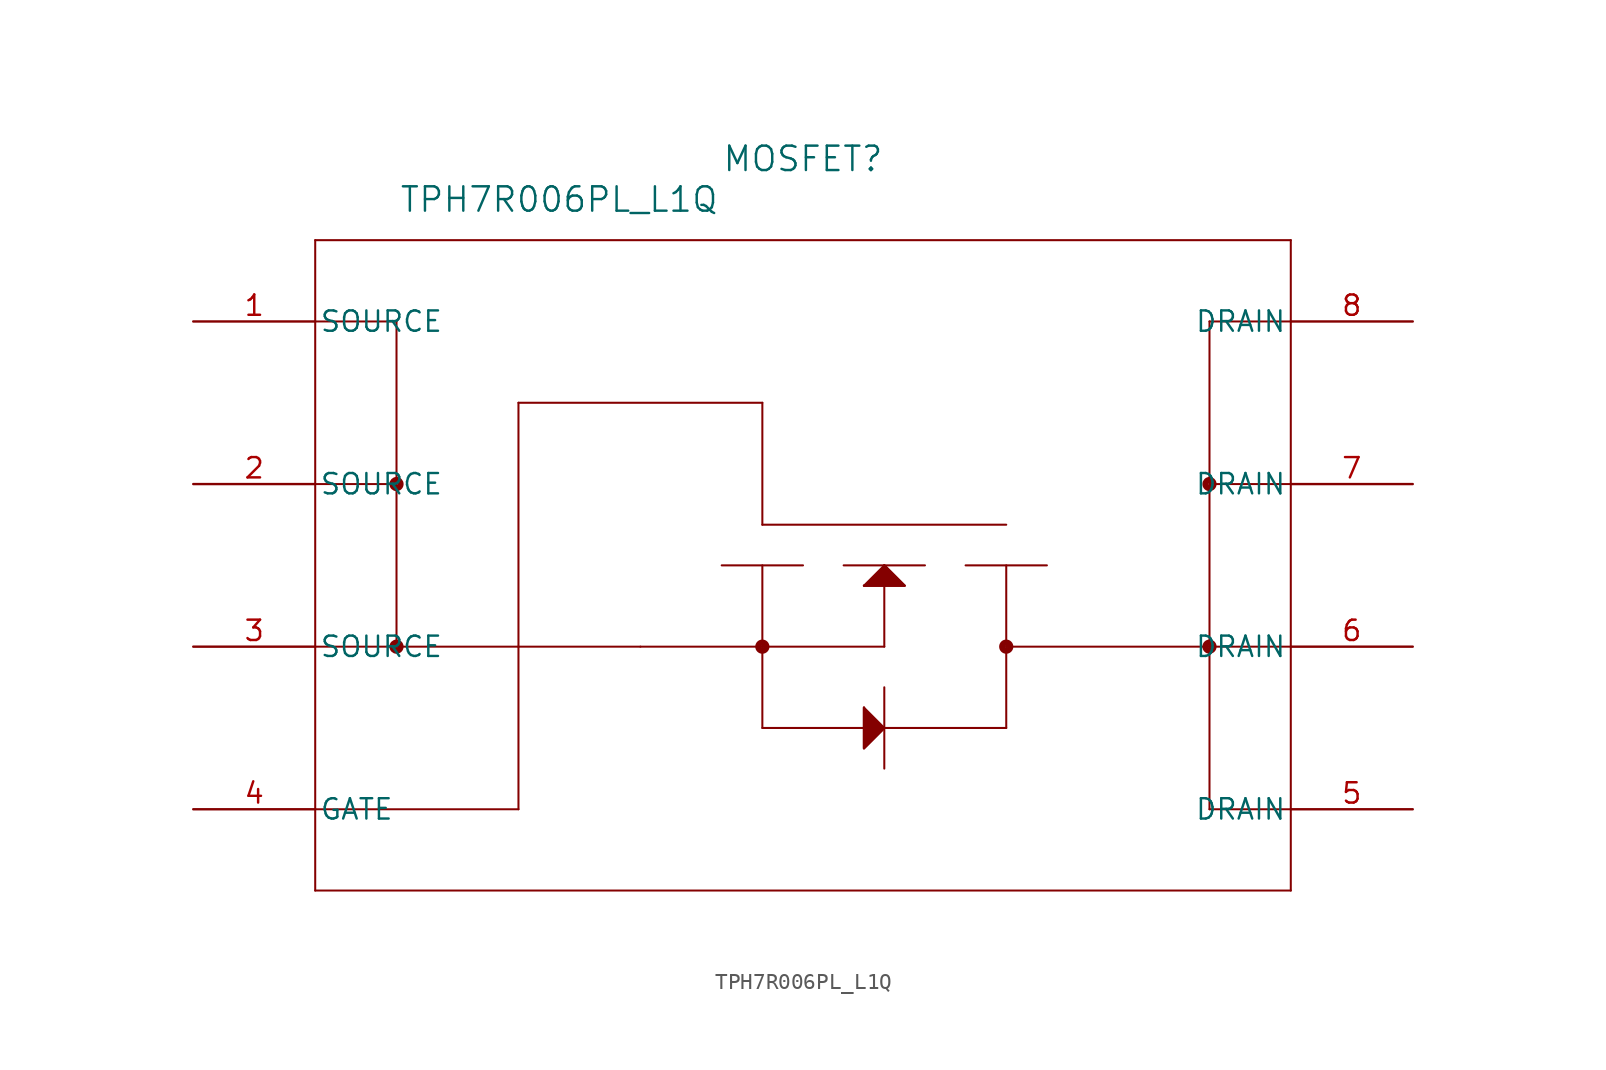
<source format=kicad_sym>
(kicad_symbol_lib
  (version 20211014)
  (generator kicad_symbol_editor)
  (symbol "TPH7R006PL_L1Q"
    (pin_names
      (offset 0.254))
    (property "Reference" "MOSFET"
      (at 38.1 10.16 0)
      (effects (font (size 1.524 1.524))))
    (property "Value" "TPH7R006PL_L1Q"
      (at 22.86 7.62 0)
      (effects (font (size 1.524 1.524))))
    (symbol "TPH7R006PL_L1Q_0_1"
      (polyline (pts (xy 7.62 5.08) (xy 7.62 -35.56)) (stroke (width 0.127) (type default) (color 0 0 0 0)) (fill (type none)))
      (polyline (pts (xy 7.62 -35.56) (xy 68.58 -35.56)) (stroke (width 0.127) (type default) (color 0 0 0 0)) (fill (type none)))
      (polyline (pts (xy 68.58 -35.56) (xy 68.58 5.08)) (stroke (width 0.127) (type default) (color 0 0 0 0)) (fill (type none)))
      (polyline (pts (xy 68.58 5.08) (xy 7.62 5.08)) (stroke (width 0.127) (type default) (color 0 0 0 0)) (fill (type none)))
      (polyline (pts (xy 7.62 0) (xy 12.7 0)) (stroke (width 0.127) (type default) (color 0 0 0 0)) (fill (type none)))
      (polyline (pts (xy 12.7 0) (xy 12.7 -20.32)) (stroke (width 0.127) (type default) (color 0 0 0 0)) (fill (type none)))
      (polyline (pts (xy 12.7 -20.32) (xy 7.62 -20.32)) (stroke (width 0.127) (type default) (color 0 0 0 0)) (fill (type none)))
      (polyline (pts (xy 7.62 -10.16) (xy 12.7 -10.16)) (stroke (width 0.127) (type default) (color 0 0 0 0)) (fill (type none)))
      (polyline (pts (xy 12.7 -20.32) (xy 20.32 -20.32)) (stroke (width 0.127) (type default) (color 0 0 0 0)) (fill (type none)))
      (polyline (pts (xy 20.32 -20.32) (xy 20.32 -30.48)) (stroke (width 0.127) (type default) (color 0 0 0 0)) (fill (type none)))
      (polyline (pts (xy 20.32 -30.48) (xy 7.62 -30.48)) (stroke (width 0.127) (type default) (color 0 0 0 0)) (fill (type none)))
      (polyline (pts (xy 20.32 -20.32) (xy 27.94 -20.32)) (stroke (width 0.127) (type default) (color 0 0 0 0)) (fill (type none)))
      (polyline (pts (xy 20.32 -20.32) (xy 20.32 -5.08)) (stroke (width 0.127) (type default) (color 0 0 0 0)) (fill (type none)))
      (polyline (pts (xy 20.32 -5.08) (xy 35.56 -5.08)) (stroke (width 0.127) (type default) (color 0 0 0 0)) (fill (type none)))
      (polyline (pts (xy 27.94 -20.32) (xy 35.56 -20.32)) (stroke (width 0.127) (type default) (color 0 0 0 0)) (fill (type none)))
      (polyline (pts (xy 35.56 -5.08) (xy 35.56 -12.7)) (stroke (width 0.127) (type default) (color 0 0 0 0)) (fill (type none)))
      (polyline (pts (xy 35.56 -20.32) (xy 35.56 -15.24)) (stroke (width 0.127) (type default) (color 0 0 0 0)) (fill (type none)))
      (polyline (pts (xy 33.02 -15.24) (xy 38.1 -15.24)) (stroke (width 0.127) (type default) (color 0 0 0 0)) (fill (type none)))
      (polyline (pts (xy 35.56 -20.32) (xy 43.18 -20.32)) (stroke (width 0.127) (type default) (color 0 0 0 0)) (fill (type none)))
      (polyline (pts (xy 43.18 -15.24) (xy 43.18 -20.32)) (stroke (width 0.127) (type default) (color 0 0 0 0)) (fill (type none)))
      (polyline (pts (xy 40.64 -15.24) (xy 45.72 -15.24)) (stroke (width 0.127) (type default) (color 0 0 0 0)) (fill (type none)))
      (polyline (pts (xy 35.56 -20.32) (xy 35.56 -25.4)) (stroke (width 0.127) (type default) (color 0 0 0 0)) (fill (type none)))
      (polyline (pts (xy 35.56 -25.4) (xy 43.18 -25.4)) (stroke (width 0.127) (type default) (color 0 0 0 0)) (fill (type none)))
      (polyline (pts (xy 43.18 -25.4) (xy 41.91 -24.13)) (stroke (width 0.127) (type default) (color 0 0 0 0)) (fill (type none)))
      (polyline (pts (xy 43.18 -25.4) (xy 41.91 -26.67)) (stroke (width 0.127) (type default) (color 0 0 0 0)) (fill (type none)))
      (polyline (pts (xy 43.18 -22.86) (xy 43.18 -27.94)) (stroke (width 0.127) (type default) (color 0 0 0 0)) (fill (type none)))
      (polyline (pts (xy 35.56 -12.7) (xy 50.8 -12.7)) (stroke (width 0.127) (type default) (color 0 0 0 0)) (fill (type none)))
      (polyline (pts (xy 50.8 -15.24) (xy 50.8 -20.32)) (stroke (width 0.127) (type default) (color 0 0 0 0)) (fill (type none)))
      (polyline (pts (xy 48.26 -15.24) (xy 53.34 -15.24)) (stroke (width 0.127) (type default) (color 0 0 0 0)) (fill (type none)))
      (polyline (pts (xy 43.18 -25.4) (xy 50.8 -25.4)) (stroke (width 0.127) (type default) (color 0 0 0 0)) (fill (type none)))
      (polyline (pts (xy 50.8 -25.4) (xy 50.8 -20.32)) (stroke (width 0.127) (type default) (color 0 0 0 0)) (fill (type none)))
      (polyline (pts (xy 50.8 -20.32) (xy 68.58 -20.32)) (stroke (width 0.127) (type default) (color 0 0 0 0)) (fill (type none)))
      (polyline (pts (xy 68.58 0) (xy 63.5 0)) (stroke (width 0.127) (type default) (color 0 0 0 0)) (fill (type none)))
      (polyline (pts (xy 63.5 0) (xy 63.5 -30.48)) (stroke (width 0.127) (type default) (color 0 0 0 0)) (fill (type none)))
      (polyline (pts (xy 63.5 -30.48) (xy 68.58 -30.48)) (stroke (width 0.127) (type default) (color 0 0 0 0)) (fill (type none)))
      (polyline (pts (xy 63.5 -10.16) (xy 68.58 -10.16)) (stroke (width 0.127) (type default) (color 0 0 0 0)) (fill (type none)))
      (polyline (pts (xy 43.18 -15.24) (xy 41.91 -16.51)) (stroke (width 0.127) (type default) (color 0 0 0 0)) (fill (type none)))
      (polyline (pts (xy 43.18 -15.24) (xy 44.45 -16.51)) (stroke (width 0.127) (type default) (color 0 0 0 0)) (fill (type none)))
      (polyline (pts (xy 41.91 -16.51) (xy 44.45 -16.51)) (stroke (width 0.127) (type default) (color 0 0 0 0)) (fill (type none)))
      (polyline (pts (xy 41.91 -24.13) (xy 41.91 -26.67)) (stroke (width 0.127) (type default) (color 0 0 0 0)) (fill (type none)))
      (polyline (pts (xy 43.18 -15.24) (xy 44.45 -16.51) (xy 41.91 -16.51)) (stroke (width 0) (type default) (color 0 0 0 0)) (fill (type outline)))
      (polyline (pts (xy 43.18 -25.4) (xy 41.91 -26.67) (xy 41.91 -24.13)) (stroke (width 0) (type default) (color 0 0 0 0)) (fill (type outline)))
      (circle (center 12.7 -10.16) (radius 0.254) (stroke (width 0.381) (type default) (color 0 0 0 0)) (fill (type none)))
      (circle (center 12.7 -20.32) (radius 0.254) (stroke (width 0.381) (type default) (color 0 0 0 0)) (fill (type none)))
      (circle (center 35.56 -20.32) (radius 0.254) (stroke (width 0.381) (type default) (color 0 0 0 0)) (fill (type none)))
      (circle (center 50.8 -20.32) (radius 0.254) (stroke (width 0.381) (type default) (color 0 0 0 0)) (fill (type none)))
      (circle (center 63.5 -20.32) (radius 0.254) (stroke (width 0.381) (type default) (color 0 0 0 0)) (fill (type none)))
      (circle (center 63.5 -10.16) (radius 0.254) (stroke (width 0.381) (type default) (color 0 0 0 0)) (fill (type none)))
      (pin unspecified line (at 0 0 0) (length 7.62) (name "SOURCE" (effects (font (size 1.27 1.27)))) (number "1" (effects (font (size 1.27 1.27)))))
      (pin unspecified line (at 0 -10.16 0) (length 7.62) (name "SOURCE" (effects (font (size 1.27 1.27)))) (number "2" (effects (font (size 1.27 1.27)))))
      (pin unspecified line (at 0 -20.32 0) (length 7.62) (name "SOURCE" (effects (font (size 1.27 1.27)))) (number "3" (effects (font (size 1.27 1.27)))))
      (pin unspecified line (at 0 -30.48 0) (length 7.62) (name "GATE" (effects (font (size 1.27 1.27)))) (number "4" (effects (font (size 1.27 1.27)))))
      (pin unspecified line (at 76.2 -30.48 180) (length 7.62) (name "DRAIN" (effects (font (size 1.27 1.27)))) (number "5" (effects (font (size 1.27 1.27)))))
      (pin unspecified line (at 76.2 -20.32 180) (length 7.62) (name "DRAIN" (effects (font (size 1.27 1.27)))) (number "6" (effects (font (size 1.27 1.27)))))
      (pin unspecified line (at 76.2 -10.16 180) (length 7.62) (name "DRAIN" (effects (font (size 1.27 1.27)))) (number "7" (effects (font (size 1.27 1.27)))))
      (pin unspecified line (at 76.2 0 180) (length 7.62) (name "DRAIN" (effects (font (size 1.27 1.27)))) (number "8" (effects (font (size 1.27 1.27))))))))
</source>
